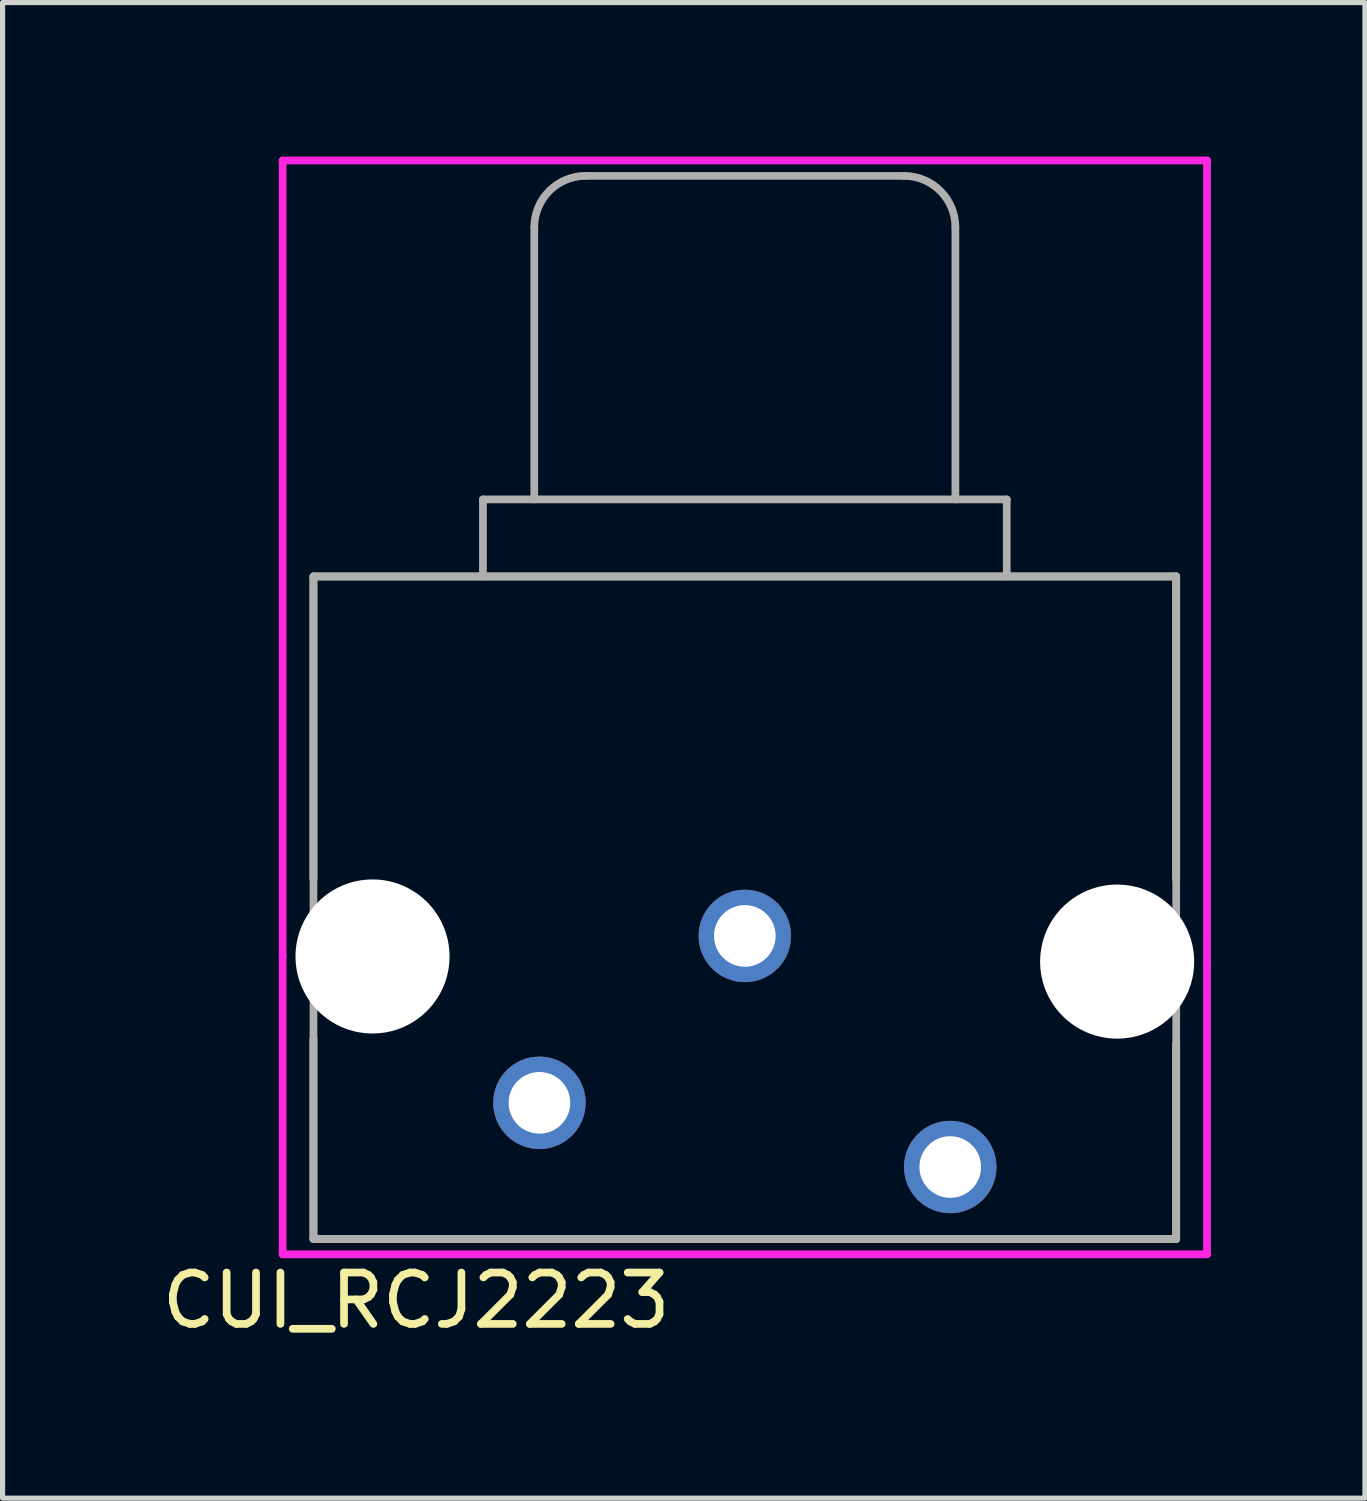
<source format=kicad_pcb>
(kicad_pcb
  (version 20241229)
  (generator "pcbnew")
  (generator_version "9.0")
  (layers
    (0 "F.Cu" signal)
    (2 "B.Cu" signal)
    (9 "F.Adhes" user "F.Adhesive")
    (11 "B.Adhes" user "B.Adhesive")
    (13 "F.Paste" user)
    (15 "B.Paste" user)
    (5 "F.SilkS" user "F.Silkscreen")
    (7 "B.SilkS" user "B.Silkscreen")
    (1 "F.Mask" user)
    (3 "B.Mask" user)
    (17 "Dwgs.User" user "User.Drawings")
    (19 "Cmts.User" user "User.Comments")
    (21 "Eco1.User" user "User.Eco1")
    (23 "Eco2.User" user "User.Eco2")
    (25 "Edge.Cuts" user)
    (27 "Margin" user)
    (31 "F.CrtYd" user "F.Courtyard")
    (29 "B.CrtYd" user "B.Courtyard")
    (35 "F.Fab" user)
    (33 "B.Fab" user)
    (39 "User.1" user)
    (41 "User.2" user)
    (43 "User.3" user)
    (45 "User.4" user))
  (footprint "CUI_RCJ2223"
    (layer "F.Cu")
    (at 11.454 15.175)
    (property "Reference" "CUI_RCJ2223" (at -6.4 7.1 0) (layer "F.SilkS") (effects (font (size 1 1) (thickness 0.15))))
    (attr through_hole)
    (fp_line (start -8.4 -7) (end -8.4 -1.1) (stroke (width 0.15) (type solid)) (layer "F.SilkS"))
    (fp_line (start -8.4 -7) (end 8.4 -7) (stroke (width 0.15) (type solid)) (layer "F.SilkS"))
    (fp_line (start -8.4 2) (end -8.4 5.9) (stroke (width 0.15) (type solid)) (layer "F.SilkS"))
    (fp_line (start -8.4 5.9) (end 8.4 5.9) (stroke (width 0.15) (type solid)) (layer "F.SilkS"))
    (fp_line (start 8.4 -7) (end 8.4 -1.1) (stroke (width 0.15) (type solid)) (layer "F.SilkS"))
    (fp_line (start 8.4 5.9) (end 8.4 2.1) (stroke (width 0.15) (type solid)) (layer "F.SilkS"))
    (fp_line (start -9 -15.1) (end -9 0.4) (stroke (width 0.15) (type solid)) (layer "F.CrtYd"))
    (fp_line (start -9 0.4) (end -9 6.2) (stroke (width 0.15) (type solid)) (layer "F.CrtYd"))
    (fp_line (start -9 6.2) (end 9 6.2) (stroke (width 0.15) (type solid)) (layer "F.CrtYd"))
    (fp_line (start 9 -15.1) (end -9 -15.1) (stroke (width 0.15) (type solid)) (layer "F.CrtYd"))
    (fp_line (start 9 0.5) (end 9 -15.1) (stroke (width 0.15) (type solid)) (layer "F.CrtYd"))
    (fp_line (start 9 6.2) (end 9 0.5) (stroke (width 0.15) (type solid)) (layer "F.CrtYd"))
    (fp_line (start -8.4 -7) (end -8.4 5.9) (stroke (width 0.15) (type solid)) (layer "F.Fab"))
    (fp_line (start -8.4 5.9) (end 8.4 5.9) (stroke (width 0.15) (type solid)) (layer "F.Fab"))
    (fp_line (start -5.1 -8.5) (end 5.1 -8.5) (stroke (width 0.15) (type solid)) (layer "F.Fab"))
    (fp_line (start -5.1 -7) (end -5.1 -8.5) (stroke (width 0.15) (type solid)) (layer "F.Fab"))
    (fp_line (start -4.1 -8.5) (end -4.1 -13.8) (stroke (width 0.15) (type solid)) (layer "F.Fab"))
    (fp_line (start 3.1 -14.8) (end -3.1 -14.8) (stroke (width 0.15) (type solid)) (layer "F.Fab"))
    (fp_line (start 4.1 -8.5) (end 4.1 -13.8) (stroke (width 0.15) (type solid)) (layer "F.Fab"))
    (fp_line (start 5.1 -8.5) (end 5.1 -7) (stroke (width 0.15) (type solid)) (layer "F.Fab"))
    (fp_line (start 8.4 -7) (end -8.4 -7) (stroke (width 0.15) (type solid)) (layer "F.Fab"))
    (fp_line (start 8.4 5.9) (end 8.4 -7) (stroke (width 0.15) (type solid)) (layer "F.Fab"))
    (fp_arc (start -4.1 -13.8) (mid -3.807107 -14.507107) (end -3.1 -14.8) (stroke (width 0.15) (type solid)) (layer "F.Fab"))
    (fp_arc (start 3.1 -14.8) (mid 3.807107 -14.507107) (end 4.1 -13.8) (stroke (width 0.15) (type solid)) (layer "F.Fab"))
    (pad "" np_thru_hole circle (at -7.25 0.4) (size 3 3) (drill 3) (layers "*.Cu" "*.Mask"))
    (pad "" np_thru_hole circle (at 7.25 0.5) (size 3 3) (drill 3) (layers "*.Cu" "*.Mask"))
    (pad "1" thru_hole circle (at 0 0) (size 1.8 1.8) (drill 1.2) (layers "*.Cu" "*.Mask"))
    (pad "2" thru_hole circle (at -4 3.25) (size 1.8 1.8) (drill 1.2) (layers "*.Cu" "*.Mask"))
    (pad "3" thru_hole circle (at 4 4.5) (size 1.8 1.8) (drill 1.2) (layers "*.Cu" "*.Mask")))
  (gr_rect
    (start -3 -3)
    (end 23.529 26.123)
    (stroke (width 0.1) (type default))
    (fill no)
    (layer "Edge.Cuts")))
</source>
